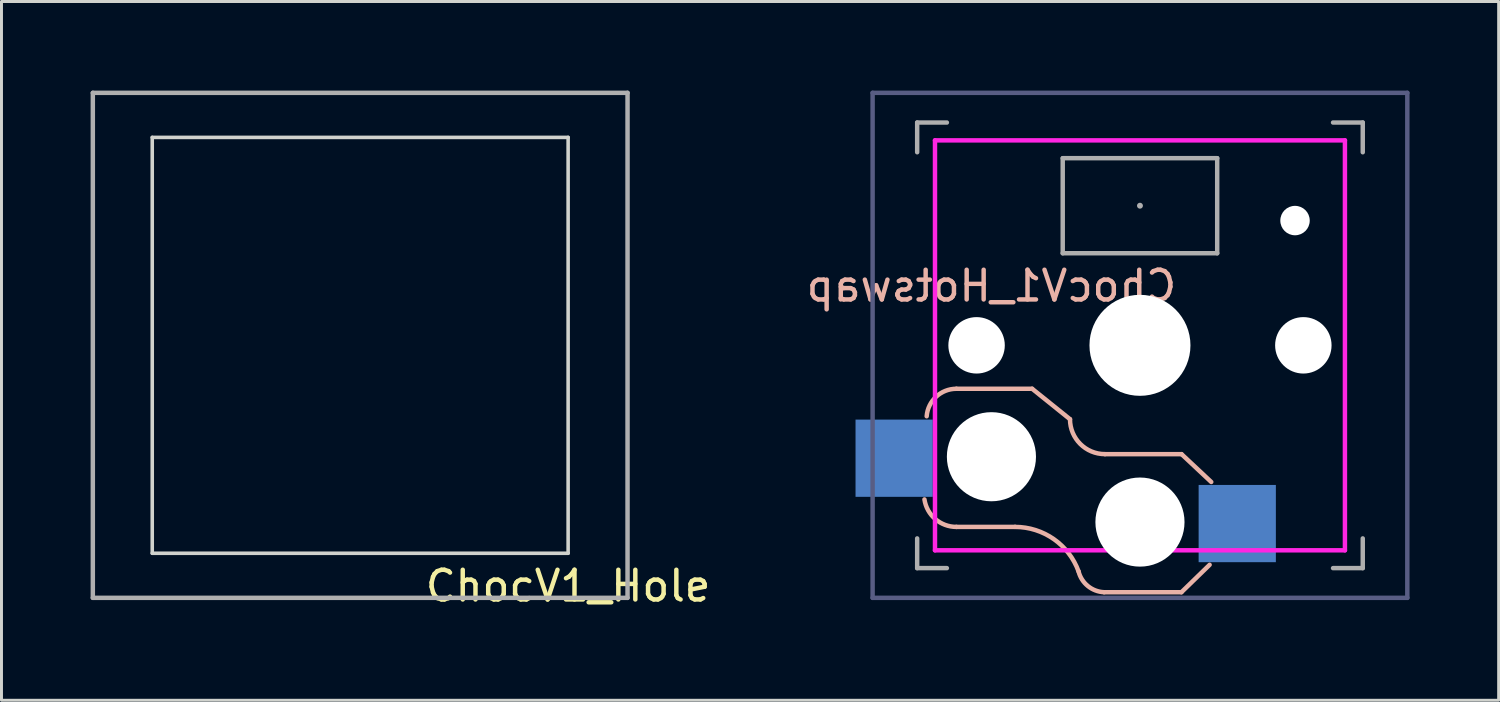
<source format=kicad_pcb>
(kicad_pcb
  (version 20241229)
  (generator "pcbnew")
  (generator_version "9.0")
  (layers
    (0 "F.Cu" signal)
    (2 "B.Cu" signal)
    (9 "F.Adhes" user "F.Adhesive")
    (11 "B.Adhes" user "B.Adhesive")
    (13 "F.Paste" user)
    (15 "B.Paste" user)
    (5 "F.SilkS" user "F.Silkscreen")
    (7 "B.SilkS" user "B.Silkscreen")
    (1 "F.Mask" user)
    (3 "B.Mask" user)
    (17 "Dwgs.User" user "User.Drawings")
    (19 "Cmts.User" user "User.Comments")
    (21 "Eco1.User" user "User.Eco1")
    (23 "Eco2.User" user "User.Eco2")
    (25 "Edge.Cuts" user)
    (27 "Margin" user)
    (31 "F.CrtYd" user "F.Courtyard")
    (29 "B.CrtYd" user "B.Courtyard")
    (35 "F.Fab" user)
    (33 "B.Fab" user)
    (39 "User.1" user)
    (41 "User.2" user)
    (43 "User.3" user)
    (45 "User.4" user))
  (footprint "ChocV1_Hotswap"
    (layer "F.Cu")
    (at 35.325 8.575)
    (property "Reference" "ChocV1_Hotswap" (at -5 -2 0) (layer "B.SilkS") (effects (font (size 1 1) (thickness 0.15)) (justify mirror)))
    (attr smd)
    (fp_line (start -4.205 6.112) (end -6.18 6.112) (stroke (width 0.15) (type solid)) (layer "B.SilkS"))
    (fp_line (start -3.63 1.462) (end -6.18 1.462) (stroke (width 0.15) (type solid)) (layer "B.SilkS"))
    (fp_line (start -3.63 1.462) (end -2.355 2.487) (stroke (width 0.15) (type solid)) (layer "B.SilkS"))
    (fp_line (start 1.395 3.663) (end -1.18 3.663) (stroke (width 0.15) (type solid)) (layer "B.SilkS"))
    (fp_line (start 1.395 8.312) (end -1.205 8.312) (stroke (width 0.15) (type solid)) (layer "B.SilkS"))
    (fp_line (start 1.395 8.312) (end 2.345 7.388) (stroke (width 0.15) (type solid)) (layer "B.SilkS"))
    (fp_line (start 1.4 3.663) (end 2.4 4.6) (stroke (width 0.15) (type solid)) (layer "B.SilkS"))
    (fp_arc (start -7.179886 2.3875) (mid -6.860993 1.729209) (end -6.179886 1.4625) (stroke (width 0.15) (type solid)) (layer "B.SilkS"))
    (fp_arc (start -6.179886 6.112499) (mid -6.888978 5.849418) (end -7.254886 5.1875) (stroke (width 0.15) (type solid)) (layer "B.SilkS"))
    (fp_arc (start -4.204886 6.1125) (mid -2.9 6.523929) (end -2.067085 7.609404) (stroke (width 0.15) (type solid)) (layer "B.SilkS"))
    (fp_arc (start -1.205881 8.311291) (mid -1.75317 8.103521) (end -2.067085 7.609404) (stroke (width 0.15) (type solid)) (layer "B.SilkS"))
    (fp_arc (start -1.179886 3.6625) (mid -2.010736 3.31835) (end -2.354886 2.4875) (stroke (width 0.15) (type solid)) (layer "B.SilkS"))
    (fp_line (start -6.9 -6.9) (end 6.9 -6.9) (stroke (width 0.15) (type solid)) (layer "F.CrtYd"))
    (fp_line (start -6.9 6.9) (end -6.9 -6.9) (stroke (width 0.15) (type solid)) (layer "F.CrtYd"))
    (fp_line (start 6.9 -6.9) (end 6.9 6.9) (stroke (width 0.15) (type solid)) (layer "F.CrtYd"))
    (fp_line (start 6.9 6.9) (end -6.9 6.9) (stroke (width 0.15) (type solid)) (layer "F.CrtYd"))
    (fp_line (start -9 8.5) (end -9 -8.5) (stroke (width 0.15) (type solid)) (layer "B.Fab"))
    (fp_line (start 9 -8.5) (end -9 -8.5) (stroke (width 0.15) (type solid)) (layer "B.Fab"))
    (fp_line (start 9 8.5) (end -9 8.5) (stroke (width 0.15) (type solid)) (layer "B.Fab"))
    (fp_line (start 9 8.5) (end 9 -8.5) (stroke (width 0.15) (type solid)) (layer "B.Fab"))
    (fp_line (start -7.5 -6.5) (end -7.5 -7.5) (stroke (width 0.15) (type solid)) (layer "F.Fab"))
    (fp_line (start -7.5 7.5) (end -7.5 6.5) (stroke (width 0.15) (type solid)) (layer "F.Fab"))
    (fp_line (start -7.5 7.5) (end -6.5 7.5) (stroke (width 0.15) (type solid)) (layer "F.Fab"))
    (fp_line (start -6.5 -7.5) (end -7.5 -7.5) (stroke (width 0.15) (type solid)) (layer "F.Fab"))
    (fp_line (start -2.6 -3.1) (end -2.6 -6.3) (stroke (width 0.15) (type solid)) (layer "F.Fab"))
    (fp_line (start -2.6 -3.1) (end 2.6 -3.1) (stroke (width 0.15) (type solid)) (layer "F.Fab"))
    (fp_line (start 2.6 -6.3) (end -2.6 -6.3) (stroke (width 0.15) (type solid)) (layer "F.Fab"))
    (fp_line (start 2.6 -3.1) (end 2.6 -6.3) (stroke (width 0.15) (type solid)) (layer "F.Fab"))
    (fp_line (start 6.5 7.5) (end 7.5 7.5) (stroke (width 0.15) (type solid)) (layer "F.Fab"))
    (fp_line (start 7.5 -7.5) (end 6.5 -7.5) (stroke (width 0.15) (type solid)) (layer "F.Fab"))
    (fp_line (start 7.5 -7.5) (end 7.5 -6.5) (stroke (width 0.15) (type solid)) (layer "F.Fab"))
    (fp_line (start 7.5 6.5) (end 7.5 7.5) (stroke (width 0.15) (type solid)) (layer "F.Fab"))
    (fp_circle (center 0 -4.7) (end -0.000001 -4.7) (stroke (width 0.1) (type solid)) (fill no) (layer "F.Fab"))
    (pad "" np_thru_hole circle (at -5.5 0) (size 1.9 1.9) (drill 1.9) (layers "*.Cu" "*.Mask"))
    (pad "" np_thru_hole circle (at -5 3.75) (size 3 3) (drill 3) (layers "*.Cu" "*.Mask"))
    (pad "" np_thru_hole circle (at 0 0) (size 3.4 3.4) (drill 3.4) (layers "*.Cu" "*.Mask"))
    (pad "" np_thru_hole circle (at 0 5.95) (size 3 3) (drill 3) (layers "*.Cu" "*.Mask"))
    (pad "" np_thru_hole circle (at 5.22 -4.2) (size 0.991 0.991) (drill 0.991) (layers "*.Cu" "*.Mask"))
    (pad "" np_thru_hole circle (at 5.5 0) (size 1.9 1.9) (drill 1.9) (layers "*.Cu" "*.Mask"))
    (pad "1" smd rect (at 3.275 6) (size 2.6 2.6) (layers "B.Cu" "B.Mask" "B.Paste"))
    (pad "2" smd rect (at -8.275 3.8) (size 2.6 2.6) (layers "B.Cu" "B.Mask" "B.Paste")))
  (footprint "ChocV1_Hole"
    (layer "F.Cu")
    (at 9.075 8.575)
    (property "Reference" "ChocV1_Hole" (at 7 8.1 0) (layer "F.SilkS") (effects (font (size 1 1) (thickness 0.15))))
    (attr through_hole)
    (fp_line (start -7 -7) (end -7 7) (stroke (width 0.12) (type solid)) (layer "Edge.Cuts"))
    (fp_line (start -7 7) (end 7 7) (stroke (width 0.12) (type solid)) (layer "Edge.Cuts"))
    (fp_line (start 7 -7) (end -7 -7) (stroke (width 0.12) (type solid)) (layer "Edge.Cuts"))
    (fp_line (start 7 7) (end 7 -7) (stroke (width 0.12) (type solid)) (layer "Edge.Cuts"))
    (fp_line (start -9 -8.5) (end -9 8.5) (stroke (width 0.15) (type solid)) (layer "F.Fab"))
    (fp_line (start -9 8.5) (end 9 8.5) (stroke (width 0.15) (type solid)) (layer "F.Fab"))
    (fp_line (start 9 -8.5) (end -9 -8.5) (stroke (width 0.15) (type solid)) (layer "F.Fab"))
    (fp_line (start 9 8.5) (end 9 -8.5) (stroke (width 0.15) (type solid)) (layer "F.Fab")))
  (gr_rect
    (start -3 -3)
    (end 47.4 20.523)
    (stroke (width 0.1) (type default))
    (fill no)
    (layer "Edge.Cuts")))
</source>
